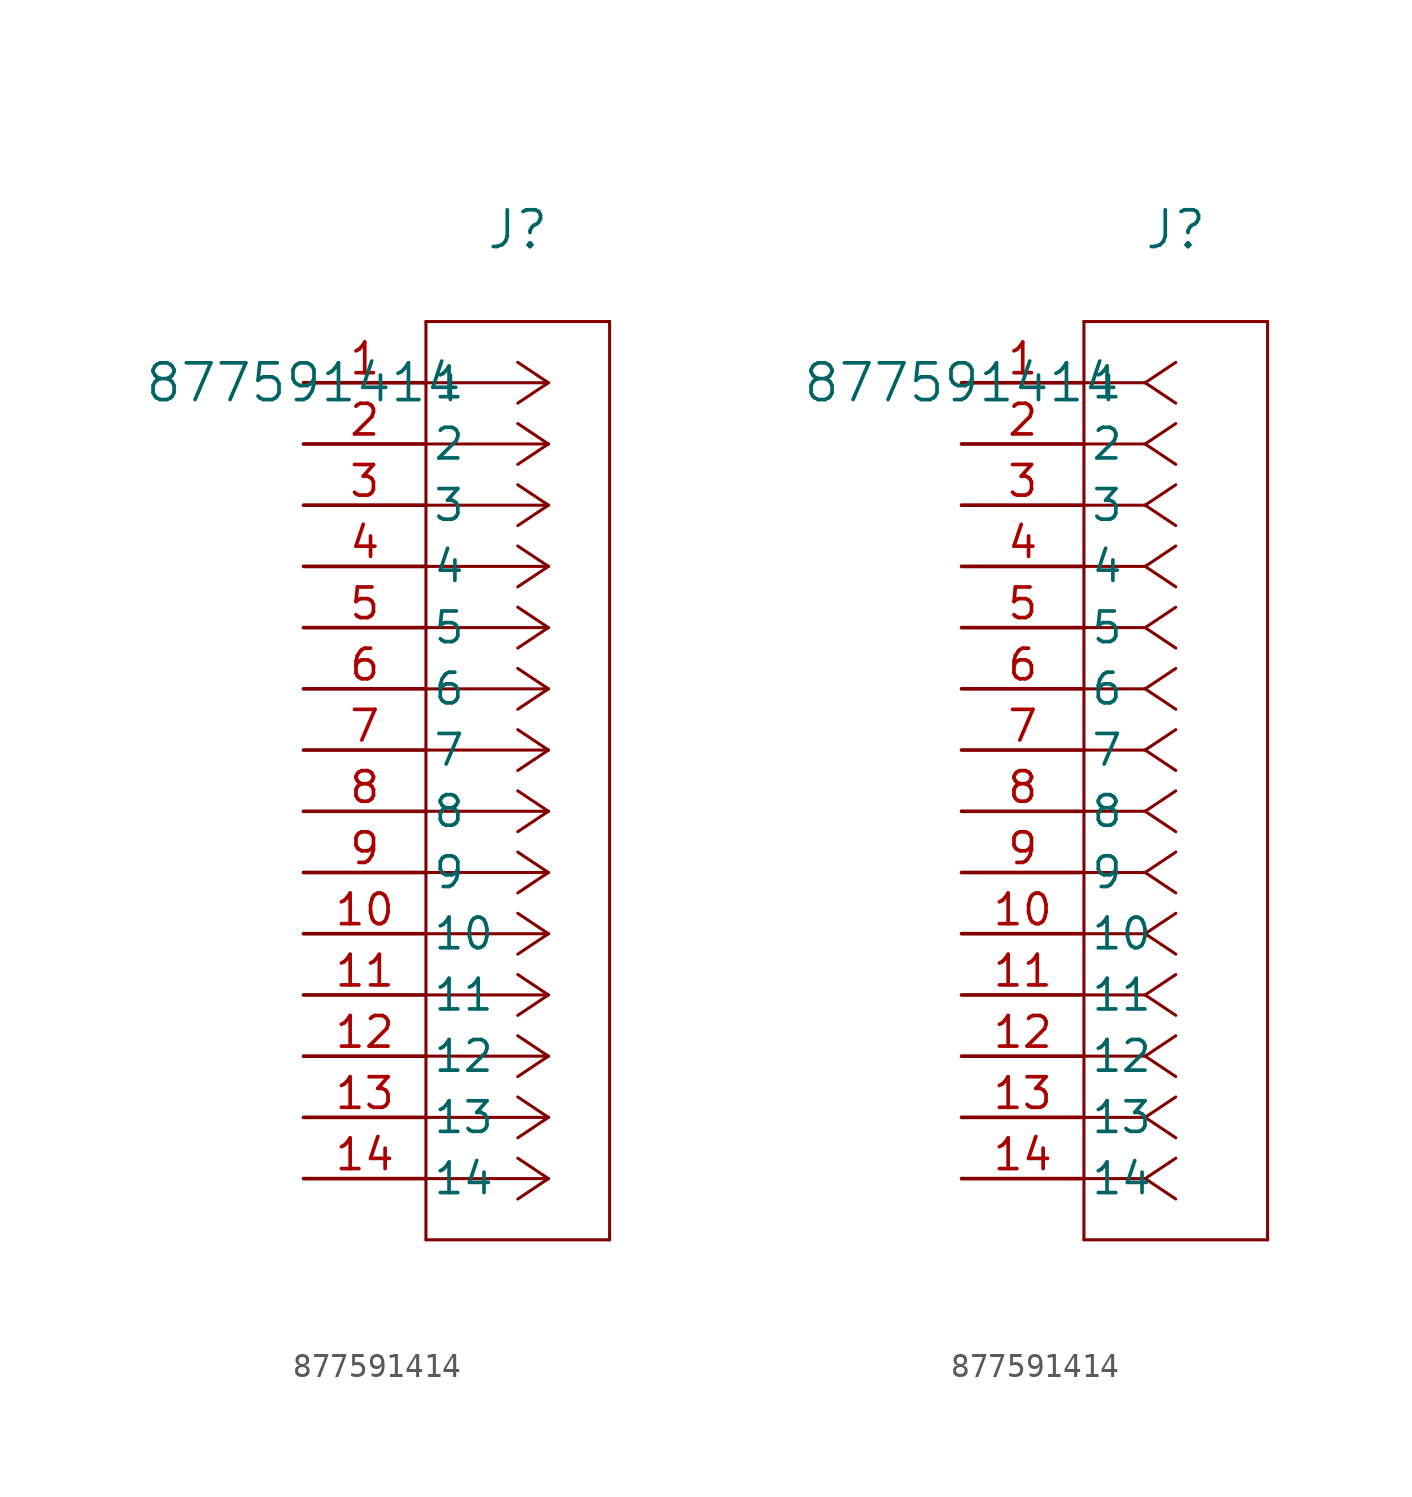
<source format=kicad_sym>
(kicad_symbol_lib
  (version 20211014)
  (generator kicad_symbol_editor)
  (symbol "877591414"
    (pin_names
      (offset 0.254))
    (property "Reference" "J"
      (at 8.89 6.35 0)
      (effects (font (size 1.524 1.524))))
    (property "Value" "877591414"
      (at 0 0 0)
      (effects (font (size 1.524 1.524))))
    (symbol "877591414_1_1"
      (polyline (pts (xy 10.16 0) (xy 5.08 0)) (stroke (width 0.127) (type default) (color 0 0 0 0)) (fill (type none)))
      (polyline (pts (xy 10.16 -2.54) (xy 5.08 -2.54)) (stroke (width 0.127) (type default) (color 0 0 0 0)) (fill (type none)))
      (polyline (pts (xy 10.16 -5.08) (xy 5.08 -5.08)) (stroke (width 0.127) (type default) (color 0 0 0 0)) (fill (type none)))
      (polyline (pts (xy 10.16 -7.62) (xy 5.08 -7.62)) (stroke (width 0.127) (type default) (color 0 0 0 0)) (fill (type none)))
      (polyline (pts (xy 10.16 -10.16) (xy 5.08 -10.16)) (stroke (width 0.127) (type default) (color 0 0 0 0)) (fill (type none)))
      (polyline (pts (xy 10.16 -12.7) (xy 5.08 -12.7)) (stroke (width 0.127) (type default) (color 0 0 0 0)) (fill (type none)))
      (polyline (pts (xy 10.16 -15.24) (xy 5.08 -15.24)) (stroke (width 0.127) (type default) (color 0 0 0 0)) (fill (type none)))
      (polyline (pts (xy 10.16 -17.78) (xy 5.08 -17.78)) (stroke (width 0.127) (type default) (color 0 0 0 0)) (fill (type none)))
      (polyline (pts (xy 10.16 -20.32) (xy 5.08 -20.32)) (stroke (width 0.127) (type default) (color 0 0 0 0)) (fill (type none)))
      (polyline (pts (xy 10.16 -22.86) (xy 5.08 -22.86)) (stroke (width 0.127) (type default) (color 0 0 0 0)) (fill (type none)))
      (polyline (pts (xy 10.16 -25.4) (xy 5.08 -25.4)) (stroke (width 0.127) (type default) (color 0 0 0 0)) (fill (type none)))
      (polyline (pts (xy 10.16 -27.94) (xy 5.08 -27.94)) (stroke (width 0.127) (type default) (color 0 0 0 0)) (fill (type none)))
      (polyline (pts (xy 10.16 -30.48) (xy 5.08 -30.48)) (stroke (width 0.127) (type default) (color 0 0 0 0)) (fill (type none)))
      (polyline (pts (xy 10.16 -33.02) (xy 5.08 -33.02)) (stroke (width 0.127) (type default) (color 0 0 0 0)) (fill (type none)))
      (polyline (pts (xy 10.16 0) (xy 8.89 0.847)) (stroke (width 0.127) (type default) (color 0 0 0 0)) (fill (type none)))
      (polyline (pts (xy 10.16 -2.54) (xy 8.89 -1.693)) (stroke (width 0.127) (type default) (color 0 0 0 0)) (fill (type none)))
      (polyline (pts (xy 10.16 -5.08) (xy 8.89 -4.233)) (stroke (width 0.127) (type default) (color 0 0 0 0)) (fill (type none)))
      (polyline (pts (xy 10.16 -7.62) (xy 8.89 -6.773)) (stroke (width 0.127) (type default) (color 0 0 0 0)) (fill (type none)))
      (polyline (pts (xy 10.16 -10.16) (xy 8.89 -9.313)) (stroke (width 0.127) (type default) (color 0 0 0 0)) (fill (type none)))
      (polyline (pts (xy 10.16 -12.7) (xy 8.89 -11.853)) (stroke (width 0.127) (type default) (color 0 0 0 0)) (fill (type none)))
      (polyline (pts (xy 10.16 -15.24) (xy 8.89 -14.393)) (stroke (width 0.127) (type default) (color 0 0 0 0)) (fill (type none)))
      (polyline (pts (xy 10.16 -17.78) (xy 8.89 -16.933)) (stroke (width 0.127) (type default) (color 0 0 0 0)) (fill (type none)))
      (polyline (pts (xy 10.16 -20.32) (xy 8.89 -19.473)) (stroke (width 0.127) (type default) (color 0 0 0 0)) (fill (type none)))
      (polyline (pts (xy 10.16 -22.86) (xy 8.89 -22.013)) (stroke (width 0.127) (type default) (color 0 0 0 0)) (fill (type none)))
      (polyline (pts (xy 10.16 -25.4) (xy 8.89 -24.553)) (stroke (width 0.127) (type default) (color 0 0 0 0)) (fill (type none)))
      (polyline (pts (xy 10.16 -27.94) (xy 8.89 -27.093)) (stroke (width 0.127) (type default) (color 0 0 0 0)) (fill (type none)))
      (polyline (pts (xy 10.16 -30.48) (xy 8.89 -29.633)) (stroke (width 0.127) (type default) (color 0 0 0 0)) (fill (type none)))
      (polyline (pts (xy 10.16 -33.02) (xy 8.89 -32.173)) (stroke (width 0.127) (type default) (color 0 0 0 0)) (fill (type none)))
      (polyline (pts (xy 10.16 0) (xy 8.89 -0.847)) (stroke (width 0.127) (type default) (color 0 0 0 0)) (fill (type none)))
      (polyline (pts (xy 10.16 -2.54) (xy 8.89 -3.387)) (stroke (width 0.127) (type default) (color 0 0 0 0)) (fill (type none)))
      (polyline (pts (xy 10.16 -5.08) (xy 8.89 -5.927)) (stroke (width 0.127) (type default) (color 0 0 0 0)) (fill (type none)))
      (polyline (pts (xy 10.16 -7.62) (xy 8.89 -8.467)) (stroke (width 0.127) (type default) (color 0 0 0 0)) (fill (type none)))
      (polyline (pts (xy 10.16 -10.16) (xy 8.89 -11.007)) (stroke (width 0.127) (type default) (color 0 0 0 0)) (fill (type none)))
      (polyline (pts (xy 10.16 -12.7) (xy 8.89 -13.547)) (stroke (width 0.127) (type default) (color 0 0 0 0)) (fill (type none)))
      (polyline (pts (xy 10.16 -15.24) (xy 8.89 -16.087)) (stroke (width 0.127) (type default) (color 0 0 0 0)) (fill (type none)))
      (polyline (pts (xy 10.16 -17.78) (xy 8.89 -18.627)) (stroke (width 0.127) (type default) (color 0 0 0 0)) (fill (type none)))
      (polyline (pts (xy 10.16 -20.32) (xy 8.89 -21.167)) (stroke (width 0.127) (type default) (color 0 0 0 0)) (fill (type none)))
      (polyline (pts (xy 10.16 -22.86) (xy 8.89 -23.707)) (stroke (width 0.127) (type default) (color 0 0 0 0)) (fill (type none)))
      (polyline (pts (xy 10.16 -25.4) (xy 8.89 -26.247)) (stroke (width 0.127) (type default) (color 0 0 0 0)) (fill (type none)))
      (polyline (pts (xy 10.16 -27.94) (xy 8.89 -28.787)) (stroke (width 0.127) (type default) (color 0 0 0 0)) (fill (type none)))
      (polyline (pts (xy 10.16 -30.48) (xy 8.89 -31.327)) (stroke (width 0.127) (type default) (color 0 0 0 0)) (fill (type none)))
      (polyline (pts (xy 10.16 -33.02) (xy 8.89 -33.867)) (stroke (width 0.127) (type default) (color 0 0 0 0)) (fill (type none)))
      (polyline (pts (xy 5.08 2.54) (xy 5.08 -35.56)) (stroke (width 0.127) (type default) (color 0 0 0 0)) (fill (type none)))
      (polyline (pts (xy 5.08 -35.56) (xy 12.7 -35.56)) (stroke (width 0.127) (type default) (color 0 0 0 0)) (fill (type none)))
      (polyline (pts (xy 12.7 -35.56) (xy 12.7 2.54)) (stroke (width 0.127) (type default) (color 0 0 0 0)) (fill (type none)))
      (polyline (pts (xy 12.7 2.54) (xy 5.08 2.54)) (stroke (width 0.127) (type default) (color 0 0 0 0)) (fill (type none)))
      (pin unspecified line (at 0 0 0) (length 5.08) (name "1" (effects (font (size 1.27 1.27)))) (number "1" (effects (font (size 1.27 1.27)))))
      (pin unspecified line (at 0 -2.54 0) (length 5.08) (name "2" (effects (font (size 1.27 1.27)))) (number "2" (effects (font (size 1.27 1.27)))))
      (pin unspecified line (at 0 -5.08 0) (length 5.08) (name "3" (effects (font (size 1.27 1.27)))) (number "3" (effects (font (size 1.27 1.27)))))
      (pin unspecified line (at 0 -7.62 0) (length 5.08) (name "4" (effects (font (size 1.27 1.27)))) (number "4" (effects (font (size 1.27 1.27)))))
      (pin unspecified line (at 0 -10.16 0) (length 5.08) (name "5" (effects (font (size 1.27 1.27)))) (number "5" (effects (font (size 1.27 1.27)))))
      (pin unspecified line (at 0 -12.7 0) (length 5.08) (name "6" (effects (font (size 1.27 1.27)))) (number "6" (effects (font (size 1.27 1.27)))))
      (pin unspecified line (at 0 -15.24 0) (length 5.08) (name "7" (effects (font (size 1.27 1.27)))) (number "7" (effects (font (size 1.27 1.27)))))
      (pin unspecified line (at 0 -17.78 0) (length 5.08) (name "8" (effects (font (size 1.27 1.27)))) (number "8" (effects (font (size 1.27 1.27)))))
      (pin unspecified line (at 0 -20.32 0) (length 5.08) (name "9" (effects (font (size 1.27 1.27)))) (number "9" (effects (font (size 1.27 1.27)))))
      (pin unspecified line (at 0 -22.86 0) (length 5.08) (name "10" (effects (font (size 1.27 1.27)))) (number "10" (effects (font (size 1.27 1.27)))))
      (pin unspecified line (at 0 -25.4 0) (length 5.08) (name "11" (effects (font (size 1.27 1.27)))) (number "11" (effects (font (size 1.27 1.27)))))
      (pin unspecified line (at 0 -27.94 0) (length 5.08) (name "12" (effects (font (size 1.27 1.27)))) (number "12" (effects (font (size 1.27 1.27)))))
      (pin unspecified line (at 0 -30.48 0) (length 5.08) (name "13" (effects (font (size 1.27 1.27)))) (number "13" (effects (font (size 1.27 1.27)))))
      (pin unspecified line (at 0 -33.02 0) (length 5.08) (name "14" (effects (font (size 1.27 1.27)))) (number "14" (effects (font (size 1.27 1.27))))))
    (symbol "877591414_1_2"
      (polyline (pts (xy 7.62 0) (xy 5.08 0)) (stroke (width 0.127) (type default) (color 0 0 0 0)) (fill (type none)))
      (polyline (pts (xy 7.62 -2.54) (xy 5.08 -2.54)) (stroke (width 0.127) (type default) (color 0 0 0 0)) (fill (type none)))
      (polyline (pts (xy 7.62 -5.08) (xy 5.08 -5.08)) (stroke (width 0.127) (type default) (color 0 0 0 0)) (fill (type none)))
      (polyline (pts (xy 7.62 -7.62) (xy 5.08 -7.62)) (stroke (width 0.127) (type default) (color 0 0 0 0)) (fill (type none)))
      (polyline (pts (xy 7.62 -10.16) (xy 5.08 -10.16)) (stroke (width 0.127) (type default) (color 0 0 0 0)) (fill (type none)))
      (polyline (pts (xy 7.62 -12.7) (xy 5.08 -12.7)) (stroke (width 0.127) (type default) (color 0 0 0 0)) (fill (type none)))
      (polyline (pts (xy 7.62 -15.24) (xy 5.08 -15.24)) (stroke (width 0.127) (type default) (color 0 0 0 0)) (fill (type none)))
      (polyline (pts (xy 7.62 -17.78) (xy 5.08 -17.78)) (stroke (width 0.127) (type default) (color 0 0 0 0)) (fill (type none)))
      (polyline (pts (xy 7.62 -20.32) (xy 5.08 -20.32)) (stroke (width 0.127) (type default) (color 0 0 0 0)) (fill (type none)))
      (polyline (pts (xy 7.62 -22.86) (xy 5.08 -22.86)) (stroke (width 0.127) (type default) (color 0 0 0 0)) (fill (type none)))
      (polyline (pts (xy 7.62 -25.4) (xy 5.08 -25.4)) (stroke (width 0.127) (type default) (color 0 0 0 0)) (fill (type none)))
      (polyline (pts (xy 7.62 -27.94) (xy 5.08 -27.94)) (stroke (width 0.127) (type default) (color 0 0 0 0)) (fill (type none)))
      (polyline (pts (xy 7.62 -30.48) (xy 5.08 -30.48)) (stroke (width 0.127) (type default) (color 0 0 0 0)) (fill (type none)))
      (polyline (pts (xy 7.62 -33.02) (xy 5.08 -33.02)) (stroke (width 0.127) (type default) (color 0 0 0 0)) (fill (type none)))
      (polyline (pts (xy 7.62 0) (xy 8.89 0.847)) (stroke (width 0.127) (type default) (color 0 0 0 0)) (fill (type none)))
      (polyline (pts (xy 7.62 -2.54) (xy 8.89 -1.693)) (stroke (width 0.127) (type default) (color 0 0 0 0)) (fill (type none)))
      (polyline (pts (xy 7.62 -5.08) (xy 8.89 -4.233)) (stroke (width 0.127) (type default) (color 0 0 0 0)) (fill (type none)))
      (polyline (pts (xy 7.62 -7.62) (xy 8.89 -6.773)) (stroke (width 0.127) (type default) (color 0 0 0 0)) (fill (type none)))
      (polyline (pts (xy 7.62 -10.16) (xy 8.89 -9.313)) (stroke (width 0.127) (type default) (color 0 0 0 0)) (fill (type none)))
      (polyline (pts (xy 7.62 -12.7) (xy 8.89 -11.853)) (stroke (width 0.127) (type default) (color 0 0 0 0)) (fill (type none)))
      (polyline (pts (xy 7.62 -15.24) (xy 8.89 -14.393)) (stroke (width 0.127) (type default) (color 0 0 0 0)) (fill (type none)))
      (polyline (pts (xy 7.62 -17.78) (xy 8.89 -16.933)) (stroke (width 0.127) (type default) (color 0 0 0 0)) (fill (type none)))
      (polyline (pts (xy 7.62 -20.32) (xy 8.89 -19.473)) (stroke (width 0.127) (type default) (color 0 0 0 0)) (fill (type none)))
      (polyline (pts (xy 7.62 -22.86) (xy 8.89 -22.013)) (stroke (width 0.127) (type default) (color 0 0 0 0)) (fill (type none)))
      (polyline (pts (xy 7.62 -25.4) (xy 8.89 -24.553)) (stroke (width 0.127) (type default) (color 0 0 0 0)) (fill (type none)))
      (polyline (pts (xy 7.62 -27.94) (xy 8.89 -27.093)) (stroke (width 0.127) (type default) (color 0 0 0 0)) (fill (type none)))
      (polyline (pts (xy 7.62 -30.48) (xy 8.89 -29.633)) (stroke (width 0.127) (type default) (color 0 0 0 0)) (fill (type none)))
      (polyline (pts (xy 7.62 -33.02) (xy 8.89 -32.173)) (stroke (width 0.127) (type default) (color 0 0 0 0)) (fill (type none)))
      (polyline (pts (xy 7.62 0) (xy 8.89 -0.847)) (stroke (width 0.127) (type default) (color 0 0 0 0)) (fill (type none)))
      (polyline (pts (xy 7.62 -2.54) (xy 8.89 -3.387)) (stroke (width 0.127) (type default) (color 0 0 0 0)) (fill (type none)))
      (polyline (pts (xy 7.62 -5.08) (xy 8.89 -5.927)) (stroke (width 0.127) (type default) (color 0 0 0 0)) (fill (type none)))
      (polyline (pts (xy 7.62 -7.62) (xy 8.89 -8.467)) (stroke (width 0.127) (type default) (color 0 0 0 0)) (fill (type none)))
      (polyline (pts (xy 7.62 -10.16) (xy 8.89 -11.007)) (stroke (width 0.127) (type default) (color 0 0 0 0)) (fill (type none)))
      (polyline (pts (xy 7.62 -12.7) (xy 8.89 -13.547)) (stroke (width 0.127) (type default) (color 0 0 0 0)) (fill (type none)))
      (polyline (pts (xy 7.62 -15.24) (xy 8.89 -16.087)) (stroke (width 0.127) (type default) (color 0 0 0 0)) (fill (type none)))
      (polyline (pts (xy 7.62 -17.78) (xy 8.89 -18.627)) (stroke (width 0.127) (type default) (color 0 0 0 0)) (fill (type none)))
      (polyline (pts (xy 7.62 -20.32) (xy 8.89 -21.167)) (stroke (width 0.127) (type default) (color 0 0 0 0)) (fill (type none)))
      (polyline (pts (xy 7.62 -22.86) (xy 8.89 -23.707)) (stroke (width 0.127) (type default) (color 0 0 0 0)) (fill (type none)))
      (polyline (pts (xy 7.62 -25.4) (xy 8.89 -26.247)) (stroke (width 0.127) (type default) (color 0 0 0 0)) (fill (type none)))
      (polyline (pts (xy 7.62 -27.94) (xy 8.89 -28.787)) (stroke (width 0.127) (type default) (color 0 0 0 0)) (fill (type none)))
      (polyline (pts (xy 7.62 -30.48) (xy 8.89 -31.327)) (stroke (width 0.127) (type default) (color 0 0 0 0)) (fill (type none)))
      (polyline (pts (xy 7.62 -33.02) (xy 8.89 -33.867)) (stroke (width 0.127) (type default) (color 0 0 0 0)) (fill (type none)))
      (polyline (pts (xy 5.08 2.54) (xy 5.08 -35.56)) (stroke (width 0.127) (type default) (color 0 0 0 0)) (fill (type none)))
      (polyline (pts (xy 5.08 -35.56) (xy 12.7 -35.56)) (stroke (width 0.127) (type default) (color 0 0 0 0)) (fill (type none)))
      (polyline (pts (xy 12.7 -35.56) (xy 12.7 2.54)) (stroke (width 0.127) (type default) (color 0 0 0 0)) (fill (type none)))
      (polyline (pts (xy 12.7 2.54) (xy 5.08 2.54)) (stroke (width 0.127) (type default) (color 0 0 0 0)) (fill (type none)))
      (pin unspecified line (at 0 0 0) (length 5.08) (name "1" (effects (font (size 1.27 1.27)))) (number "1" (effects (font (size 1.27 1.27)))))
      (pin unspecified line (at 0 -2.54 0) (length 5.08) (name "2" (effects (font (size 1.27 1.27)))) (number "2" (effects (font (size 1.27 1.27)))))
      (pin unspecified line (at 0 -5.08 0) (length 5.08) (name "3" (effects (font (size 1.27 1.27)))) (number "3" (effects (font (size 1.27 1.27)))))
      (pin unspecified line (at 0 -7.62 0) (length 5.08) (name "4" (effects (font (size 1.27 1.27)))) (number "4" (effects (font (size 1.27 1.27)))))
      (pin unspecified line (at 0 -10.16 0) (length 5.08) (name "5" (effects (font (size 1.27 1.27)))) (number "5" (effects (font (size 1.27 1.27)))))
      (pin unspecified line (at 0 -12.7 0) (length 5.08) (name "6" (effects (font (size 1.27 1.27)))) (number "6" (effects (font (size 1.27 1.27)))))
      (pin unspecified line (at 0 -15.24 0) (length 5.08) (name "7" (effects (font (size 1.27 1.27)))) (number "7" (effects (font (size 1.27 1.27)))))
      (pin unspecified line (at 0 -17.78 0) (length 5.08) (name "8" (effects (font (size 1.27 1.27)))) (number "8" (effects (font (size 1.27 1.27)))))
      (pin unspecified line (at 0 -20.32 0) (length 5.08) (name "9" (effects (font (size 1.27 1.27)))) (number "9" (effects (font (size 1.27 1.27)))))
      (pin unspecified line (at 0 -22.86 0) (length 5.08) (name "10" (effects (font (size 1.27 1.27)))) (number "10" (effects (font (size 1.27 1.27)))))
      (pin unspecified line (at 0 -25.4 0) (length 5.08) (name "11" (effects (font (size 1.27 1.27)))) (number "11" (effects (font (size 1.27 1.27)))))
      (pin unspecified line (at 0 -27.94 0) (length 5.08) (name "12" (effects (font (size 1.27 1.27)))) (number "12" (effects (font (size 1.27 1.27)))))
      (pin unspecified line (at 0 -30.48 0) (length 5.08) (name "13" (effects (font (size 1.27 1.27)))) (number "13" (effects (font (size 1.27 1.27)))))
      (pin unspecified line (at 0 -33.02 0) (length 5.08) (name "14" (effects (font (size 1.27 1.27)))) (number "14" (effects (font (size 1.27 1.27))))))))
</source>
